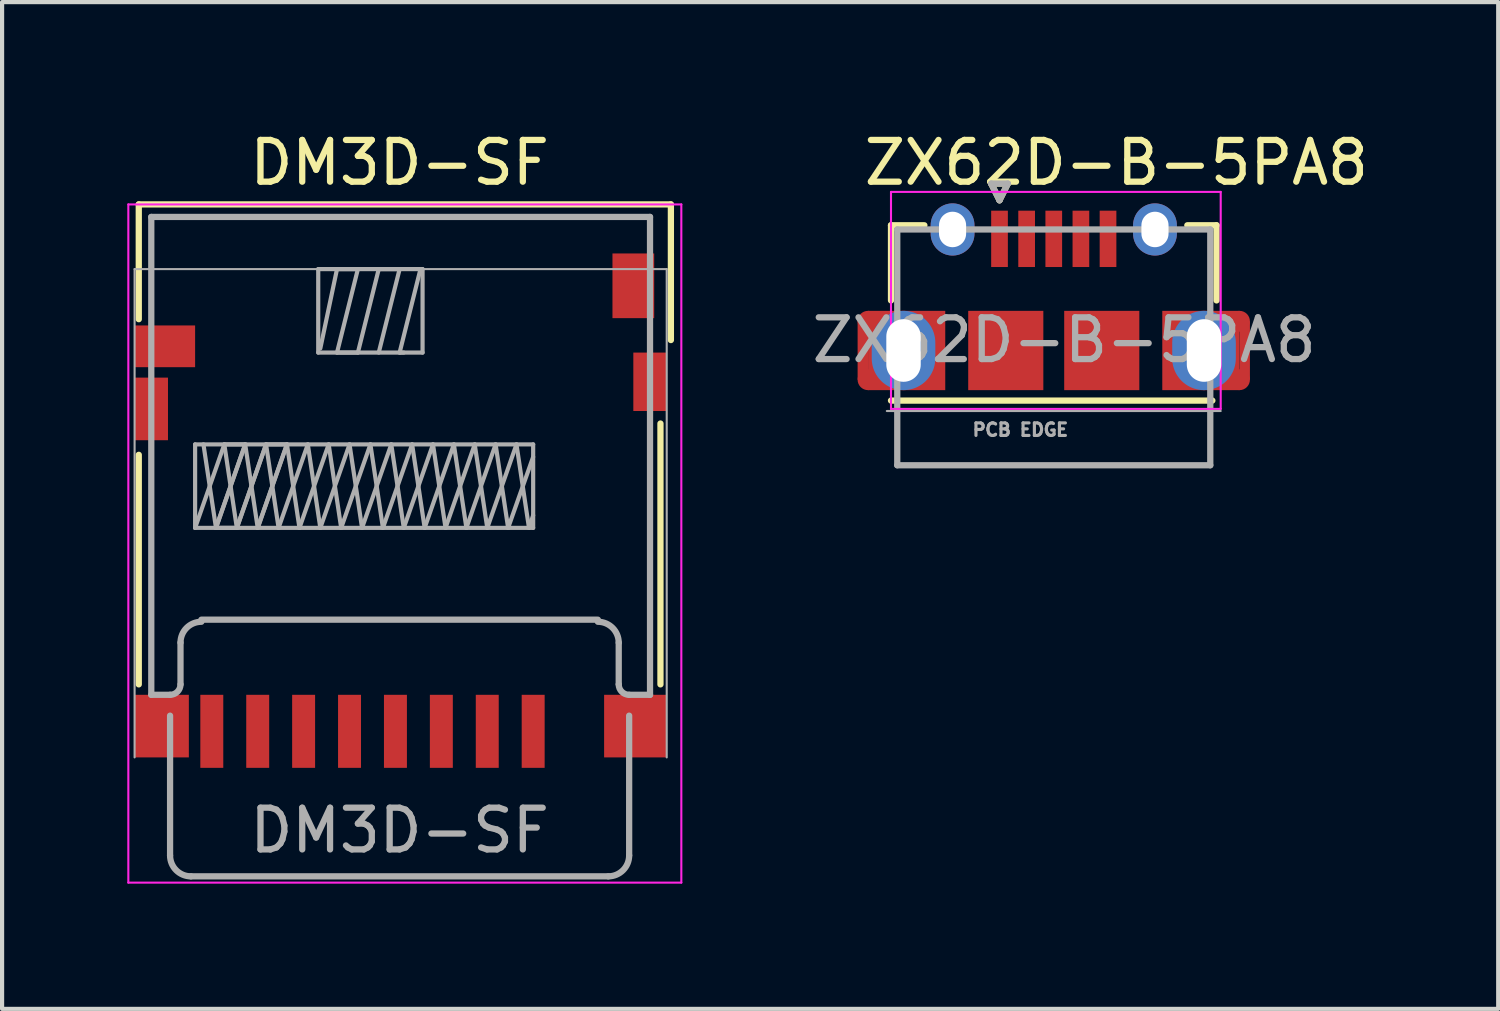
<source format=kicad_pcb>
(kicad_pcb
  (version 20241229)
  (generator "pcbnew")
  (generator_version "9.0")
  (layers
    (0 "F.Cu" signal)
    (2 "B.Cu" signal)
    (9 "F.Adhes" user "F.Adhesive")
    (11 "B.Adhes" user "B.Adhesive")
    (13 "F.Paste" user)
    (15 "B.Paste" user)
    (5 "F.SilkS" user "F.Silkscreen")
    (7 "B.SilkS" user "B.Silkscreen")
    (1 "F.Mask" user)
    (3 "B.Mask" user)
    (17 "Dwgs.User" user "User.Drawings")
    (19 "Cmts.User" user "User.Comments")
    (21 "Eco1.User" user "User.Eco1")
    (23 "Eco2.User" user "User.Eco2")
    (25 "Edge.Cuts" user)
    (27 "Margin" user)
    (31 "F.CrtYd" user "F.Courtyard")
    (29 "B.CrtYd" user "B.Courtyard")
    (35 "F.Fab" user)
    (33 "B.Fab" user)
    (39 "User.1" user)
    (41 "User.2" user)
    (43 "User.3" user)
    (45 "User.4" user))
  (footprint "DM3D-SF"
    (layer "F.Cu")
    (at 6.525 13.598)
    (property "Reference" "DM3D-SF" (at 0 -12.75 0) (layer "F.SilkS") (effects (font (size 1 1) (thickness 0.15))))
    (attr through_hole)
    (fp_line (start -6.25 -11.75) (end 6.5 -11.75) (stroke (width 0.15) (type solid)) (layer "F.SilkS"))
    (fp_line (start -6.25 -9) (end -6.25 -11.75) (stroke (width 0.15) (type solid)) (layer "F.SilkS"))
    (fp_line (start -6.25 -5.75) (end -6.25 -0.25) (stroke (width 0.15) (type solid)) (layer "F.SilkS"))
    (fp_line (start 6.25 -6.5) (end 6.25 -0.25) (stroke (width 0.15) (type solid)) (layer "F.SilkS"))
    (fp_line (start 6.5 -11.75) (end 6.5 -8.5) (stroke (width 0.15) (type solid)) (layer "F.SilkS"))
    (fp_line (start -6.5 -11.75) (end 6.75 -11.75) (stroke (width 0.05) (type solid)) (layer "F.CrtYd"))
    (fp_line (start -6.5 4.5) (end -6.5 -11.75) (stroke (width 0.05) (type solid)) (layer "F.CrtYd"))
    (fp_line (start 6.75 -11.75) (end 6.75 4.5) (stroke (width 0.05) (type solid)) (layer "F.CrtYd"))
    (fp_line (start 6.75 4.5) (end -6.5 4.5) (stroke (width 0.05) (type solid)) (layer "F.CrtYd"))
    (fp_line (start -6.35 -10.2) (end 6.4 -10.2) (stroke (width 0.05) (type solid)) (layer "F.Fab"))
    (fp_line (start -6.35 1.5) (end -6.35 -10.2) (stroke (width 0.05) (type solid)) (layer "F.Fab"))
    (fp_line (start -5.95 -11.45) (end 6 -11.45) (stroke (width 0.15) (type solid)) (layer "F.Fab"))
    (fp_line (start -5.95 0) (end -5.95 -11.45) (stroke (width 0.15) (type solid)) (layer "F.Fab"))
    (fp_line (start -5.95 0) (end -5.5 0) (stroke (width 0.15) (type solid)) (layer "F.Fab"))
    (fp_line (start -5.5 0.5) (end -5.5 3.85) (stroke (width 0.15) (type solid)) (layer "F.Fab"))
    (fp_line (start -5.25 -0.25) (end -5.25 -1.25) (stroke (width 0.15) (type solid)) (layer "F.Fab"))
    (fp_line (start -5 4.35) (end 5 4.35) (stroke (width 0.15) (type solid)) (layer "F.Fab"))
    (fp_line (start -4.9 -6) (end -4.9 -4) (stroke (width 0.1) (type solid)) (layer "F.Fab"))
    (fp_line (start -4.9 -6) (end 3.2 -6) (stroke (width 0.1) (type solid)) (layer "F.Fab"))
    (fp_line (start -4.9 -4) (end -4.2 -6) (stroke (width 0.1) (type solid)) (layer "F.Fab"))
    (fp_line (start -4.9 -4) (end 3.2 -4) (stroke (width 0.1) (type solid)) (layer "F.Fab"))
    (fp_line (start -4.75 -1.8) (end 4.75 -1.8) (stroke (width 0.15) (type solid)) (layer "F.Fab"))
    (fp_line (start -4.7 -6) (end -4.4 -4) (stroke (width 0.1) (type solid)) (layer "F.Fab"))
    (fp_line (start -4.4 -4) (end -3.9 -4) (stroke (width 0.1) (type solid)) (layer "F.Fab"))
    (fp_line (start -4.4 -4) (end -3.7 -6) (stroke (width 0.1) (type solid)) (layer "F.Fab"))
    (fp_line (start -4.2 -6) (end -3.9 -4) (stroke (width 0.1) (type solid)) (layer "F.Fab"))
    (fp_line (start -4.2 -6) (end -3.7 -6) (stroke (width 0.1) (type solid)) (layer "F.Fab"))
    (fp_line (start -3.9 -4) (end -3.2 -6) (stroke (width 0.1) (type solid)) (layer "F.Fab"))
    (fp_line (start -3.9 -4) (end -3.2 -6) (stroke (width 0.1) (type solid)) (layer "F.Fab"))
    (fp_line (start -3.7 -6) (end -4.4 -4) (stroke (width 0.1) (type solid)) (layer "F.Fab"))
    (fp_line (start -3.7 -6) (end -3.4 -4) (stroke (width 0.1) (type solid)) (layer "F.Fab"))
    (fp_line (start -3.4 -4) (end -2.7 -6) (stroke (width 0.1) (type solid)) (layer "F.Fab"))
    (fp_line (start -3.2 -6) (end -2.9 -4) (stroke (width 0.1) (type solid)) (layer "F.Fab"))
    (fp_line (start -3.2 -6) (end -2.7 -6) (stroke (width 0.1) (type solid)) (layer "F.Fab"))
    (fp_line (start -2.9 -4) (end -2.2 -6) (stroke (width 0.1) (type solid)) (layer "F.Fab"))
    (fp_line (start -2.7 -6) (end -3.4 -4) (stroke (width 0.1) (type solid)) (layer "F.Fab"))
    (fp_line (start -2.7 -6) (end -2.4 -4) (stroke (width 0.1) (type solid)) (layer "F.Fab"))
    (fp_line (start -2.4 -4) (end -1.7 -6) (stroke (width 0.1) (type solid)) (layer "F.Fab"))
    (fp_line (start -2.2 -6) (end -1.9 -4) (stroke (width 0.1) (type solid)) (layer "F.Fab"))
    (fp_line (start -1.95 -10.2) (end -1.95 -8.2) (stroke (width 0.1) (type solid)) (layer "F.Fab"))
    (fp_line (start -1.9 -8.3) (end -1.5 -10.2) (stroke (width 0.1) (type solid)) (layer "F.Fab"))
    (fp_line (start -1.9 -4) (end -1.2 -6) (stroke (width 0.1) (type solid)) (layer "F.Fab"))
    (fp_line (start -1.7 -6) (end -1.4 -4) (stroke (width 0.1) (type solid)) (layer "F.Fab"))
    (fp_line (start -1.5 -10.2) (end -1 -10.2) (stroke (width 0.1) (type solid)) (layer "F.Fab"))
    (fp_line (start -1.5 -8.2) (end -1 -8.2) (stroke (width 0.1) (type solid)) (layer "F.Fab"))
    (fp_line (start -1.4 -4) (end -0.7 -6) (stroke (width 0.1) (type solid)) (layer "F.Fab"))
    (fp_line (start -1.2 -6) (end -0.9 -4) (stroke (width 0.1) (type solid)) (layer "F.Fab"))
    (fp_line (start -1 -10.2) (end -1.5 -8.2) (stroke (width 0.1) (type solid)) (layer "F.Fab"))
    (fp_line (start -1 -8.2) (end -0.5 -10.2) (stroke (width 0.1) (type solid)) (layer "F.Fab"))
    (fp_line (start -0.9 -4) (end -0.2 -6) (stroke (width 0.1) (type solid)) (layer "F.Fab"))
    (fp_line (start -0.7 -6) (end -0.4 -4) (stroke (width 0.1) (type solid)) (layer "F.Fab"))
    (fp_line (start -0.5 -10.2) (end 0 -10.2) (stroke (width 0.1) (type solid)) (layer "F.Fab"))
    (fp_line (start -0.4 -4) (end 0.3 -6) (stroke (width 0.1) (type solid)) (layer "F.Fab"))
    (fp_line (start -0.2 -6) (end 0.1 -4) (stroke (width 0.1) (type solid)) (layer "F.Fab"))
    (fp_line (start 0 -10.2) (end -0.5 -8.2) (stroke (width 0.1) (type solid)) (layer "F.Fab"))
    (fp_line (start 0 -8.2) (end 0.5 -10.2) (stroke (width 0.1) (type solid)) (layer "F.Fab"))
    (fp_line (start 0.1 -8.2) (end 0 -8.2) (stroke (width 0.1) (type solid)) (layer "F.Fab"))
    (fp_line (start 0.1 -4) (end 0.8 -6) (stroke (width 0.1) (type solid)) (layer "F.Fab"))
    (fp_line (start 0.3 -6) (end 0.6 -4) (stroke (width 0.1) (type solid)) (layer "F.Fab"))
    (fp_line (start 0.55 -10.2) (end -1.95 -10.2) (stroke (width 0.1) (type solid)) (layer "F.Fab"))
    (fp_line (start 0.55 -8.2) (end -1.95 -8.2) (stroke (width 0.1) (type solid)) (layer "F.Fab"))
    (fp_line (start 0.55 -8.2) (end 0.55 -10.2) (stroke (width 0.1) (type solid)) (layer "F.Fab"))
    (fp_line (start 0.6 -4) (end 1.3 -6) (stroke (width 0.1) (type solid)) (layer "F.Fab"))
    (fp_line (start 0.8 -6) (end 1.1 -4) (stroke (width 0.1) (type solid)) (layer "F.Fab"))
    (fp_line (start 1.1 -4) (end 1.8 -6) (stroke (width 0.1) (type solid)) (layer "F.Fab"))
    (fp_line (start 1.3 -6) (end 1.6 -4) (stroke (width 0.1) (type solid)) (layer "F.Fab"))
    (fp_line (start 1.6 -4) (end 2.3 -6) (stroke (width 0.1) (type solid)) (layer "F.Fab"))
    (fp_line (start 1.8 -6) (end 2.1 -4) (stroke (width 0.1) (type solid)) (layer "F.Fab"))
    (fp_line (start 2.1 -4) (end 2.8 -6) (stroke (width 0.1) (type solid)) (layer "F.Fab"))
    (fp_line (start 2.3 -6) (end 2.6 -4) (stroke (width 0.1) (type solid)) (layer "F.Fab"))
    (fp_line (start 2.6 -4) (end 3.2 -5.7) (stroke (width 0.1) (type solid)) (layer "F.Fab"))
    (fp_line (start 2.8 -6) (end 3.1 -4) (stroke (width 0.1) (type solid)) (layer "F.Fab"))
    (fp_line (start 3.1 -4) (end 3.2 -4.3) (stroke (width 0.1) (type solid)) (layer "F.Fab"))
    (fp_line (start 3.2 -4) (end 3.2 -6) (stroke (width 0.1) (type solid)) (layer "F.Fab"))
    (fp_line (start 5.25 -0.25) (end 5.25 -1.25) (stroke (width 0.15) (type solid)) (layer "F.Fab"))
    (fp_line (start 5.5 0) (end 6 0) (stroke (width 0.15) (type solid)) (layer "F.Fab"))
    (fp_line (start 5.5 3.85) (end 5.5 0.5) (stroke (width 0.15) (type solid)) (layer "F.Fab"))
    (fp_line (start 6 0) (end 6 -11.45) (stroke (width 0.15) (type solid)) (layer "F.Fab"))
    (fp_line (start 6.4 1.5) (end 6.4 -10.2) (stroke (width 0.05) (type solid)) (layer "F.Fab"))
    (fp_arc (start -5.25 -1.25) (mid -5.103553 -1.603553) (end -4.75 -1.75) (stroke (width 0.15) (type solid)) (layer "F.Fab"))
    (fp_arc (start -5.25 -0.25) (mid -5.323223 -0.073223) (end -5.5 0) (stroke (width 0.15) (type solid)) (layer "F.Fab"))
    (fp_arc (start -5 4.35) (mid -5.353553 4.203553) (end -5.5 3.85) (stroke (width 0.15) (type solid)) (layer "F.Fab"))
    (fp_arc (start 4.75 -1.75) (mid 5.103553 -1.603553) (end 5.25 -1.25) (stroke (width 0.15) (type solid)) (layer "F.Fab"))
    (fp_arc (start 5.5 0) (mid 5.323223 -0.073223) (end 5.25 -0.25) (stroke (width 0.15) (type solid)) (layer "F.Fab"))
    (fp_arc (start 5.5 3.85) (mid 5.353553 4.203553) (end 5 4.35) (stroke (width 0.15) (type solid)) (layer "F.Fab"))
    (fp_text user "${REFERENCE}" (at 0 3.25 0) (layer "F.Fab") (effects (font (size 1 1) (thickness 0.15))))
    (pad "1" smd rect (at 3.2 0.875) (size 0.55 1.75) (layers "F.Cu" "F.Mask" "F.Paste"))
    (pad "2" smd rect (at 2.1 0.875) (size 0.55 1.75) (layers "F.Cu" "F.Mask" "F.Paste"))
    (pad "3" smd rect (at 1 0.875) (size 0.55 1.75) (layers "F.Cu" "F.Mask" "F.Paste"))
    (pad "4" smd rect (at -0.1 0.875) (size 0.55 1.75) (layers "F.Cu" "F.Mask" "F.Paste"))
    (pad "5" smd rect (at -1.2 0.875) (size 0.55 1.75) (layers "F.Cu" "F.Mask" "F.Paste"))
    (pad "6" smd rect (at -2.3 0.875) (size 0.55 1.75) (layers "F.Cu" "F.Mask" "F.Paste"))
    (pad "7" smd rect (at -3.4 0.875) (size 0.55 1.75) (layers "F.Cu" "F.Mask" "F.Paste"))
    (pad "8" smd rect (at -4.5 0.875) (size 0.55 1.75) (layers "F.Cu" "F.Mask" "F.Paste"))
    (pad "9" smd rect (at -5.7 0.75) (size 1.3 1.5) (layers "F.Cu" "F.Mask" "F.Paste"))
    (pad "10" smd rect (at -5.95 -6.85) (size 0.8 1.5) (layers "F.Cu" "F.Mask" "F.Paste"))
    (pad "11" smd rect (at 6 -7.5) (size 0.8 1.4) (layers "F.Cu" "F.Mask" "F.Paste"))
    (pad "12" smd rect (at 5.65 0.75) (size 1.5 1.5) (layers "F.Cu" "F.Mask" "F.Paste"))
    (pad "A" smd rect (at 5.6 -9.8) (size 1 1.55) (layers "F.Cu" "F.Mask" "F.Paste"))
    (pad "B" smd rect (at -5.625 -8.35) (size 1.45 1) (layers "F.Cu" "F.Mask" "F.Paste")))
  (footprint "ZX62D-B-5PA8"
    (layer "F.Cu")
    (at 22.199 5.348)
    (property "Reference" "ZX62D-B-5PA8" (at 1.5 -4.5 0) (layer "F.SilkS") (effects (font (size 1 1) (thickness 0.15))))
    (attr through_hole)
    (fp_line (start -3.9 -3) (end -3.9 -1.2) (stroke (width 0.15) (type solid)) (layer "F.SilkS"))
    (fp_line (start -3.9 -3) (end -3.1 -3) (stroke (width 0.15) (type solid)) (layer "F.SilkS"))
    (fp_line (start -3.9 1.2) (end 3.8 1.2) (stroke (width 0.15) (type solid)) (layer "F.SilkS"))
    (fp_line (start -1.5 -4) (end -1.3 -3.6) (stroke (width 0.15) (type solid)) (layer "F.SilkS"))
    (fp_line (start -1.3 -3.6) (end -1.1 -4) (stroke (width 0.15) (type solid)) (layer "F.SilkS"))
    (fp_line (start -1.1 -4) (end -1.5 -4) (stroke (width 0.15) (type solid)) (layer "F.SilkS"))
    (fp_line (start 3.2 -3) (end 3.9 -3) (stroke (width 0.15) (type solid)) (layer "F.SilkS"))
    (fp_line (start 3.9 -3) (end 3.9 -1.2) (stroke (width 0.15) (type solid)) (layer "F.SilkS"))
    (fp_line (start -3.9 -3.8) (end 4 -3.8) (stroke (width 0.05) (type solid)) (layer "F.CrtYd"))
    (fp_line (start -3.9 1.4) (end -3.9 -3.8) (stroke (width 0.05) (type solid)) (layer "F.CrtYd"))
    (fp_line (start 4 -3.8) (end 4 1.4) (stroke (width 0.05) (type solid)) (layer "F.CrtYd"))
    (fp_line (start 4 1.4) (end -3.9 1.4) (stroke (width 0.05) (type solid)) (layer "F.CrtYd"))
    (fp_line (start -4 1.45) (end 4 1.45) (stroke (width 0.05) (type solid)) (layer "F.Fab"))
    (fp_line (start -3.75 -2.9) (end 3.75 -2.9) (stroke (width 0.15) (type solid)) (layer "F.Fab"))
    (fp_line (start -3.75 2.75) (end -3.75 -2.9) (stroke (width 0.15) (type solid)) (layer "F.Fab"))
    (fp_line (start -1.5 -4) (end -1.1 -4) (stroke (width 0.15) (type solid)) (layer "F.Fab"))
    (fp_line (start -1.3 -3.6) (end -1.5 -4) (stroke (width 0.15) (type solid)) (layer "F.Fab"))
    (fp_line (start -1.1 -4) (end -1.3 -3.6) (stroke (width 0.15) (type solid)) (layer "F.Fab"))
    (fp_line (start 3.75 -2.9) (end 3.75 2.75) (stroke (width 0.15) (type solid)) (layer "F.Fab"))
    (fp_line (start 3.75 2.75) (end -3.75 2.75) (stroke (width 0.15) (type solid)) (layer "F.Fab"))
    (fp_text user "PCB EDGE" (at -0.8 1.9 0) (layer "F.Fab") (effects (font (size 0.3 0.3) (thickness 0.075))))
    (fp_text user "${REFERENCE}" (at 0.25 -0.25 0) (layer "F.Fab") (effects (font (size 1 1) (thickness 0.15))))
    (pad "" smd rect (at -4.575 0) (size 0.25 1.4) (layers "F.Cu" "F.Mask" "F.Paste"))
    (pad "" smd circle (at -4.45 -0.7) (size 0.5 0.5) (layers "F.Cu" "F.Mask" "F.Paste"))
    (pad "" smd circle (at -4.45 0.7) (size 0.5 0.5) (layers "F.Cu" "F.Mask" "F.Paste"))
    (pad "" smd rect (at -3.525 0) (size 1.85 1.9) (layers "F.Cu" "F.Mask" "F.Paste"))
    (pad "" smd rect (at -1.15 0) (size 1.8 1.9) (layers "F.Cu" "F.Mask" "F.Paste"))
    (pad "" smd rect (at 1.15 0) (size 1.8 1.9) (layers "F.Cu" "F.Mask" "F.Paste"))
    (pad "" smd rect (at 3.525 0) (size 1.85 1.9) (layers "F.Cu" "F.Mask" "F.Paste"))
    (pad "" smd circle (at 4.45 -0.7) (size 0.5 0.5) (layers "F.Cu" "F.Mask" "F.Paste"))
    (pad "" smd circle (at 4.45 0.7) (size 0.5 0.5) (layers "F.Cu" "F.Mask" "F.Paste"))
    (pad "" smd rect (at 4.575 0) (size 0.25 1.4) (layers "F.Cu" "F.Mask" "F.Paste"))
    (pad "1" smd rect (at -1.3 -2.675) (size 0.4 1.35) (layers "F.Cu" "F.Mask" "F.Paste"))
    (pad "2" smd rect (at -0.65 -2.675) (size 0.4 1.35) (layers "F.Cu" "F.Mask" "F.Paste"))
    (pad "3" smd rect (at 0 -2.675) (size 0.4 1.35) (layers "F.Cu" "F.Mask" "F.Paste"))
    (pad "4" smd rect (at 0.65 -2.675) (size 0.4 1.35) (layers "F.Cu" "F.Mask" "F.Paste"))
    (pad "5" smd rect (at 1.3 -2.675) (size 0.4 1.35) (layers "F.Cu" "F.Mask" "F.Paste"))
    (pad "6" thru_hole oval (at -3.6 0) (size 1.524 1.9) (drill oval 0.825 1.5) (layers "*.Cu" "*.Mask"))
    (pad "7" thru_hole oval (at -2.425 -2.9) (size 1.05 1.25) (drill oval 0.65 0.85) (layers "*.Cu" "*.Mask"))
    (pad "8" thru_hole oval (at 2.425 -2.9) (size 1.05 1.25) (drill oval 0.65 0.85) (layers "*.Cu" "*.Mask"))
    (pad "9" thru_hole oval (at 3.6 0) (size 1.524 1.9) (drill oval 0.825 1.5) (layers "*.Cu" "*.Mask")))
  (gr_rect
    (start -3 -3)
    (end 32.848 21.123)
    (stroke (width 0.1) (type default))
    (fill no)
    (layer "Edge.Cuts")))
</source>
